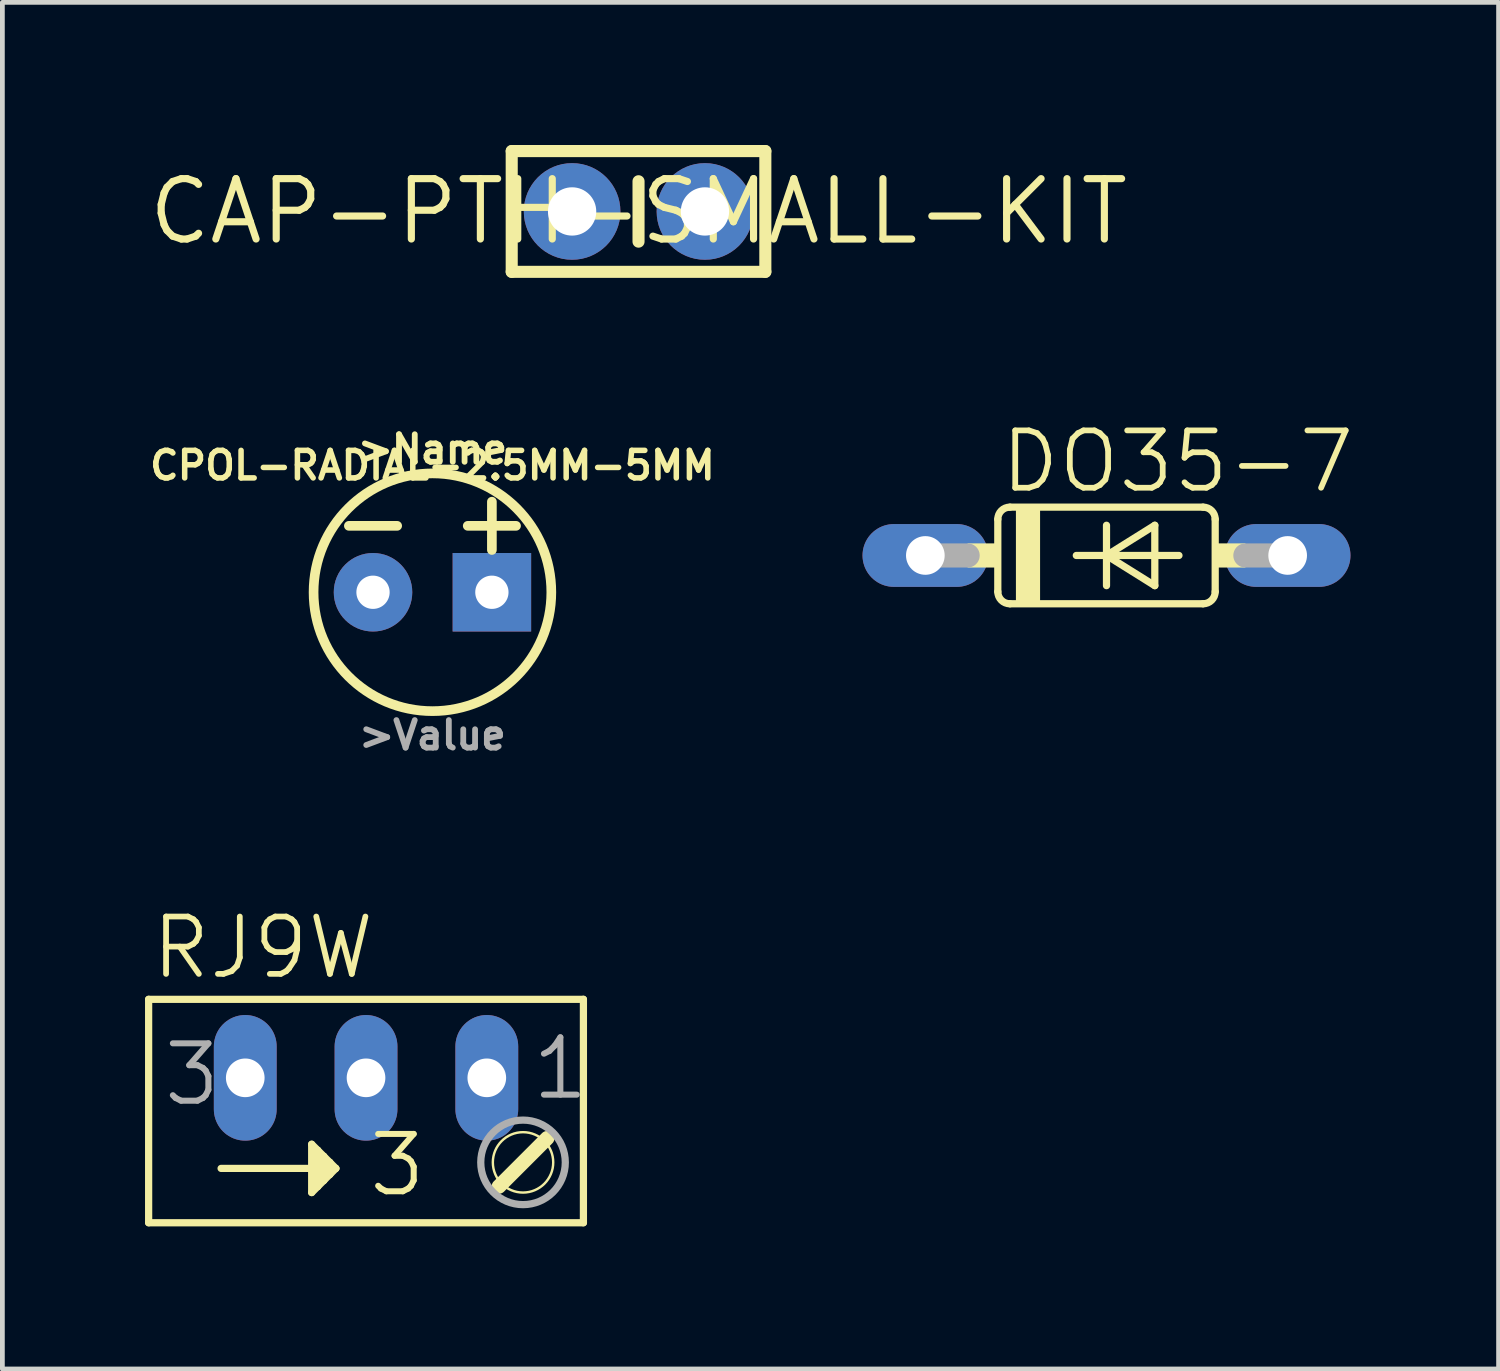
<source format=kicad_pcb>
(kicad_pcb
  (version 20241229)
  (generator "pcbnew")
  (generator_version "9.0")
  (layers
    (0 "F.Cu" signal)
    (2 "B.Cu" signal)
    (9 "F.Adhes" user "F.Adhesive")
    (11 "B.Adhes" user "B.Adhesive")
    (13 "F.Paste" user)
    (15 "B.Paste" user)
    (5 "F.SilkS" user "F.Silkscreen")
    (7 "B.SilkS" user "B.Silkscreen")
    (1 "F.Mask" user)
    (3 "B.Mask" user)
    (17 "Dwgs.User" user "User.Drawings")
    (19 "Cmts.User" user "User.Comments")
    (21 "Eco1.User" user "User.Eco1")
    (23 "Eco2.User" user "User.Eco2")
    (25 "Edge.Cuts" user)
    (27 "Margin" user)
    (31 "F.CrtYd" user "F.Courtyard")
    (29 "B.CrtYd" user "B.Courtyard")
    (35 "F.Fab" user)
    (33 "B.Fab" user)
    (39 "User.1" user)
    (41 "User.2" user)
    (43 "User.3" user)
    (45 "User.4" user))
  (footprint "RJ9W"
    (layer "F.Cu")
    (at 4.648 20.253)
    (property "Reference" "RJ9W" (at -4.572 -2.667 0) (layer "F.SilkS") (effects (font (size 1.206 1.206) (thickness 0.121)) (justify left bottom)))
    (attr through_hole)
    (fp_line (start -4.572 2.413) (end -4.572 -2.286) (stroke (width 0.152) (type solid)) (layer "F.SilkS"))
    (fp_line (start -4.572 2.413) (end 4.572 2.413) (stroke (width 0.152) (type solid)) (layer "F.SilkS"))
    (fp_line (start -3.048 1.27) (end -1.016 1.27) (stroke (width 0.152) (type solid)) (layer "F.SilkS"))
    (fp_line (start -1.143 0.762) (end -1.143 1.778) (stroke (width 0.152) (type solid)) (layer "F.SilkS"))
    (fp_line (start -1.143 1.778) (end -1.016 1.651) (stroke (width 0.152) (type solid)) (layer "F.SilkS"))
    (fp_line (start -1.016 0.889) (end -1.143 0.762) (stroke (width 0.152) (type solid)) (layer "F.SilkS"))
    (fp_line (start -1.016 1.27) (end -1.016 0.889) (stroke (width 0.152) (type solid)) (layer "F.SilkS"))
    (fp_line (start -1.016 1.651) (end -1.016 1.27) (stroke (width 0.152) (type solid)) (layer "F.SilkS"))
    (fp_line (start -0.889 1.016) (end -1.016 0.889) (stroke (width 0.152) (type solid)) (layer "F.SilkS"))
    (fp_line (start -0.889 1.524) (end -1.016 1.651) (stroke (width 0.152) (type solid)) (layer "F.SilkS"))
    (fp_line (start -0.889 1.524) (end -0.889 1.016) (stroke (width 0.152) (type solid)) (layer "F.SilkS"))
    (fp_line (start -0.762 1.143) (end -0.889 1.016) (stroke (width 0.152) (type solid)) (layer "F.SilkS"))
    (fp_line (start -0.762 1.397) (end -0.889 1.524) (stroke (width 0.152) (type solid)) (layer "F.SilkS"))
    (fp_line (start -0.762 1.397) (end -0.762 1.143) (stroke (width 0.152) (type solid)) (layer "F.SilkS"))
    (fp_line (start -0.635 1.27) (end -1.016 1.27) (stroke (width 0.152) (type solid)) (layer "F.SilkS"))
    (fp_line (start -0.635 1.27) (end -0.762 1.143) (stroke (width 0.152) (type solid)) (layer "F.SilkS"))
    (fp_line (start -0.635 1.27) (end -0.762 1.397) (stroke (width 0.152) (type solid)) (layer "F.SilkS"))
    (fp_line (start 3.81 0.635) (end 2.794 1.651) (stroke (width 0.305) (type solid)) (layer "F.SilkS"))
    (fp_line (start 4.572 -2.286) (end -4.572 -2.286) (stroke (width 0.152) (type solid)) (layer "F.SilkS"))
    (fp_line (start 4.572 -2.286) (end 4.572 2.413) (stroke (width 0.152) (type solid)) (layer "F.SilkS"))
    (fp_circle (center 3.302 1.143) (end 3.937 1.143) (stroke (width 0.051) (type solid)) (fill no) (layer "F.SilkS"))
    (fp_circle (center 3.302 1.143) (end 4.191 1.143) (stroke (width 0.152) (type solid)) (fill no) (layer "F.Fab"))
    (fp_text user "3" (at 0 1.905 0) (layer "F.SilkS") (effects (font (size 1.206 1.206) (thickness 0.127)) (justify left bottom)))
    (fp_text user "1" (at 3.429 -0.127 0) (layer "F.Fab") (effects (font (size 1.206 1.206) (thickness 0.127)) (justify left bottom)))
    (fp_text user "3" (at -4.318 0 0) (layer "F.Fab") (effects (font (size 1.206 1.206) (thickness 0.127)) (justify left bottom)))
    (pad "A" thru_hole oval (at 2.54 -0.635 90) (size 2.642 1.321) (drill 0.813) (layers "*.Cu" "*.Mask"))
    (pad "E" thru_hole oval (at -2.54 -0.635 90) (size 2.642 1.321) (drill 0.813) (layers "*.Cu" "*.Mask"))
    (pad "S" thru_hole oval (at 0 -0.635 90) (size 2.642 1.321) (drill 0.813) (layers "*.Cu" "*.Mask")))
  (footprint "CPOL-RADIAL-2.5MM-5MM"
    (layer "F.Cu")
    (at 6.045 9.406)
    (property "Reference" "CPOL-RADIAL-2.5MM-5MM" (at 0 -2.667 0) (layer "F.SilkS") (effects (font (size 0.579 0.579) (thickness 0.116))))
    (attr through_hole)
    (fp_line (start -0.742 -1.397) (end -1.758 -1.397) (stroke (width 0.203) (type solid)) (layer "F.SilkS"))
    (fp_line (start 1.25 -1.905) (end 1.25 -0.889) (stroke (width 0.203) (type solid)) (layer "F.SilkS"))
    (fp_line (start 1.758 -1.397) (end 0.742 -1.397) (stroke (width 0.203) (type solid)) (layer "F.SilkS"))
    (fp_circle (center 0 0) (end 2.5 0) (stroke (width 0.203) (type solid)) (fill no) (layer "F.SilkS"))
    (fp_text user ">Name" (at 0 -2.667 0) (layer "F.SilkS") (effects (font (size 0.579 0.579) (thickness 0.122)) (justify bottom)))
    (fp_text user ">Value" (at 0 2.667 0) (layer "F.Fab") (effects (font (size 0.579 0.579) (thickness 0.122)) (justify top)))
    (pad "1" thru_hole rect (at 1.25 0) (size 1.651 1.651) (drill 0.7) (layers "*.Cu" "*.Mask"))
    (pad "2" thru_hole circle (at -1.25 0) (size 1.651 1.651) (drill 0.7) (layers "*.Cu" "*.Mask")))
  (footprint "CAP-PTH-SMALL-KIT"
    (layer "F.Cu")
    (at 10.379 1.397)
    (property "Reference" "CAP-PTH-SMALL-KIT" (at 0 0 0) (layer "F.SilkS") (effects (font (size 1.27 1.27) (thickness 0.15))))
    (attr through_hole)
    (fp_poly (pts (xy -1.405 0.44) (xy -1.405 0.44) (xy -1.572 0.41) (xy -1.715 0.319) (xy -1.812 0.181) (xy -1.849 0.015) (xy -1.819 -0.16) (xy -1.724 -0.31) (xy -1.405 -0.452) (xy -1.405 -0.452) (xy -1.233 -0.415) (xy -1.089 -0.315) (xy -0.963 0.005) (xy -0.997 0.172) (xy -1.094 0.314)) (stroke (width 0) (type solid)) (fill yes) (layer "F.Mask"))
    (fp_poly (pts (xy 1.395 0.44) (xy 1.395 0.44) (xy 1.228 0.41) (xy 1.084 0.319) (xy 0.987 0.181) (xy 0.95 0.015) (xy 0.98 -0.16) (xy 1.075 -0.31) (xy 1.395 -0.452) (xy 1.394 -0.452) (xy 1.566 -0.415) (xy 1.71 -0.315) (xy 1.836 0.005) (xy 1.836 0.005) (xy 1.802 0.172) (xy 1.705 0.314)) (stroke (width 0) (type solid)) (fill yes) (layer "F.Mask"))
    (fp_poly (pts (xy 1.397 0.948) (xy 1.397 0.948) (xy 1.187 0.927) (xy 0.987 0.86) (xy 0.807 0.75) (xy 0.656 0.603) (xy 0.541 0.425) (xy 0.442 0.018) (xy 0.464 -0.197) (xy 0.533 -0.402) (xy 0.645 -0.586) (xy 0.796 -0.74) (xy 0.977 -0.857) (xy 1.18 -0.931) (xy 1.395 -0.958) (xy 1.609 -0.93) (xy 1.811 -0.856) (xy 1.992 -0.739) (xy 2.143 -0.584) (xy 2.255 -0.399) (xy 2.323 -0.194) (xy 2.345 0.02) (xy 2.345 0.02) (xy 2.319 0.229) (xy 2.247 0.426) (xy 2.134 0.603) (xy 1.984 0.749) (xy 1.805 0.859)) (stroke (width 0) (type solid)) (fill yes) (layer "B.Mask"))
    (fp_poly (pts (xy -1.402 0.948) (xy -1.402 0.948) (xy -1.612 0.927) (xy -1.812 0.86) (xy -1.992 0.75) (xy -2.144 0.603) (xy -2.258 0.425) (xy -2.357 0.018) (xy -2.357 0.018) (xy -2.335 -0.197) (xy -2.267 -0.402) (xy -2.154 -0.586) (xy -2.003 -0.74) (xy -1.822 -0.857) (xy -1.619 -0.931) (xy -1.405 -0.958) (xy -1.19 -0.93) (xy -0.988 -0.856) (xy -0.807 -0.739) (xy -0.656 -0.584) (xy -0.544 -0.399) (xy -0.476 -0.194) (xy -0.455 0.02) (xy -0.455 0.02) (xy -0.48 0.229) (xy -0.552 0.426) (xy -0.665 0.603) (xy -0.815 0.749) (xy -0.994 0.859)) (stroke (width 0) (type solid)) (fill yes) (layer "B.Mask"))
    (fp_line (start -2.667 -1.27) (end 2.667 -1.27) (stroke (width 0.254) (type solid)) (layer "F.SilkS"))
    (fp_line (start -2.667 1.27) (end -2.667 -1.27) (stroke (width 0.254) (type solid)) (layer "F.SilkS"))
    (fp_line (start 0 -0.635) (end 0 0.635) (stroke (width 0.254) (type solid)) (layer "F.SilkS"))
    (fp_line (start 2.667 -1.27) (end 2.667 1.27) (stroke (width 0.254) (type solid)) (layer "F.SilkS"))
    (fp_line (start 2.667 1.27) (end -2.667 1.27) (stroke (width 0.254) (type solid)) (layer "F.SilkS"))
    (pad "1" thru_hole circle (at -1.397 0) (size 2.032 2.032) (drill 1.016) (layers "*.Cu" "*.Mask"))
    (pad "2" thru_hole circle (at 1.397 0) (size 2.032 2.032) (drill 1.016) (layers "*.Cu" "*.Mask")))
  (footprint "DO35-7"
    (layer "F.Cu")
    (at 20.221 8.632)
    (property "Reference" "DO35-7" (at -2.286 -1.27 0) (layer "F.SilkS") (effects (font (size 1.206 1.206) (thickness 0.121)) (justify left bottom)))
    (attr through_hole)
    (fp_line (start -2.286 -0.762) (end -2.286 0.762) (stroke (width 0.152) (type solid)) (layer "F.SilkS"))
    (fp_line (start -2.032 -1.016) (end 2.032 -1.016) (stroke (width 0.152) (type solid)) (layer "F.SilkS"))
    (fp_line (start -2.032 1.016) (end 2.032 1.016) (stroke (width 0.152) (type solid)) (layer "F.SilkS"))
    (fp_line (start -0.635 0) (end 0 0) (stroke (width 0.152) (type solid)) (layer "F.SilkS"))
    (fp_line (start 0 -0.635) (end 0 0) (stroke (width 0.152) (type solid)) (layer "F.SilkS"))
    (fp_line (start 0 0) (end 0 0.635) (stroke (width 0.152) (type solid)) (layer "F.SilkS"))
    (fp_line (start 0 0) (end 1.016 -0.635) (stroke (width 0.152) (type solid)) (layer "F.SilkS"))
    (fp_line (start 0 0) (end 1.524 0) (stroke (width 0.152) (type solid)) (layer "F.SilkS"))
    (fp_line (start 1.016 -0.635) (end 1.016 0.635) (stroke (width 0.152) (type solid)) (layer "F.SilkS"))
    (fp_line (start 1.016 0.635) (end 0 0) (stroke (width 0.152) (type solid)) (layer "F.SilkS"))
    (fp_line (start 2.286 -0.762) (end 2.286 0.762) (stroke (width 0.152) (type solid)) (layer "F.SilkS"))
    (fp_arc (start -2.286 -0.762) (mid -2.211605 -0.941605) (end -2.032 -1.016) (stroke (width 0.1524) (type solid)) (layer "F.SilkS"))
    (fp_arc (start -2.032 1.016) (mid -2.211605 0.941605) (end -2.286 0.762) (stroke (width 0.1524) (type solid)) (layer "F.SilkS"))
    (fp_arc (start 2.032 -1.016) (mid 2.211605 -0.941605) (end 2.286 -0.762) (stroke (width 0.1524) (type solid)) (layer "F.SilkS"))
    (fp_arc (start 2.286 0.762) (mid 2.211605 0.941605) (end 2.032 1.016) (stroke (width 0.1524) (type solid)) (layer "F.SilkS"))
    (fp_poly (pts (xy -2.921 0.254) (xy -2.286 0.254) (xy -2.286 -0.254) (xy -2.921 -0.254)) (stroke (width 0) (type solid)) (fill yes) (layer "F.SilkS"))
    (fp_poly (pts (xy -1.905 1.016) (xy -1.397 1.016) (xy -1.397 -1.016) (xy -1.905 -1.016)) (stroke (width 0) (type solid)) (fill yes) (layer "F.SilkS"))
    (fp_poly (pts (xy 2.286 0.254) (xy 2.921 0.254) (xy 2.921 -0.254) (xy 2.286 -0.254)) (stroke (width 0) (type solid)) (fill yes) (layer "F.SilkS"))
    (fp_line (start -3.81 0) (end -2.921 0) (stroke (width 0.508) (type solid)) (layer "F.Fab"))
    (fp_line (start 3.81 0) (end 2.921 0) (stroke (width 0.508) (type solid)) (layer "F.Fab"))
    (pad "A" thru_hole oval (at 3.81 0) (size 2.642 1.321) (drill 0.813) (layers "*.Cu" "*.Mask"))
    (pad "C" thru_hole oval (at -3.81 0) (size 2.642 1.321) (drill 0.813) (layers "*.Cu" "*.Mask")))
  (gr_rect
    (start -3 -3)
    (end 28.467 25.742)
    (stroke (width 0.1) (type default))
    (fill no)
    (layer "Edge.Cuts")))
</source>
